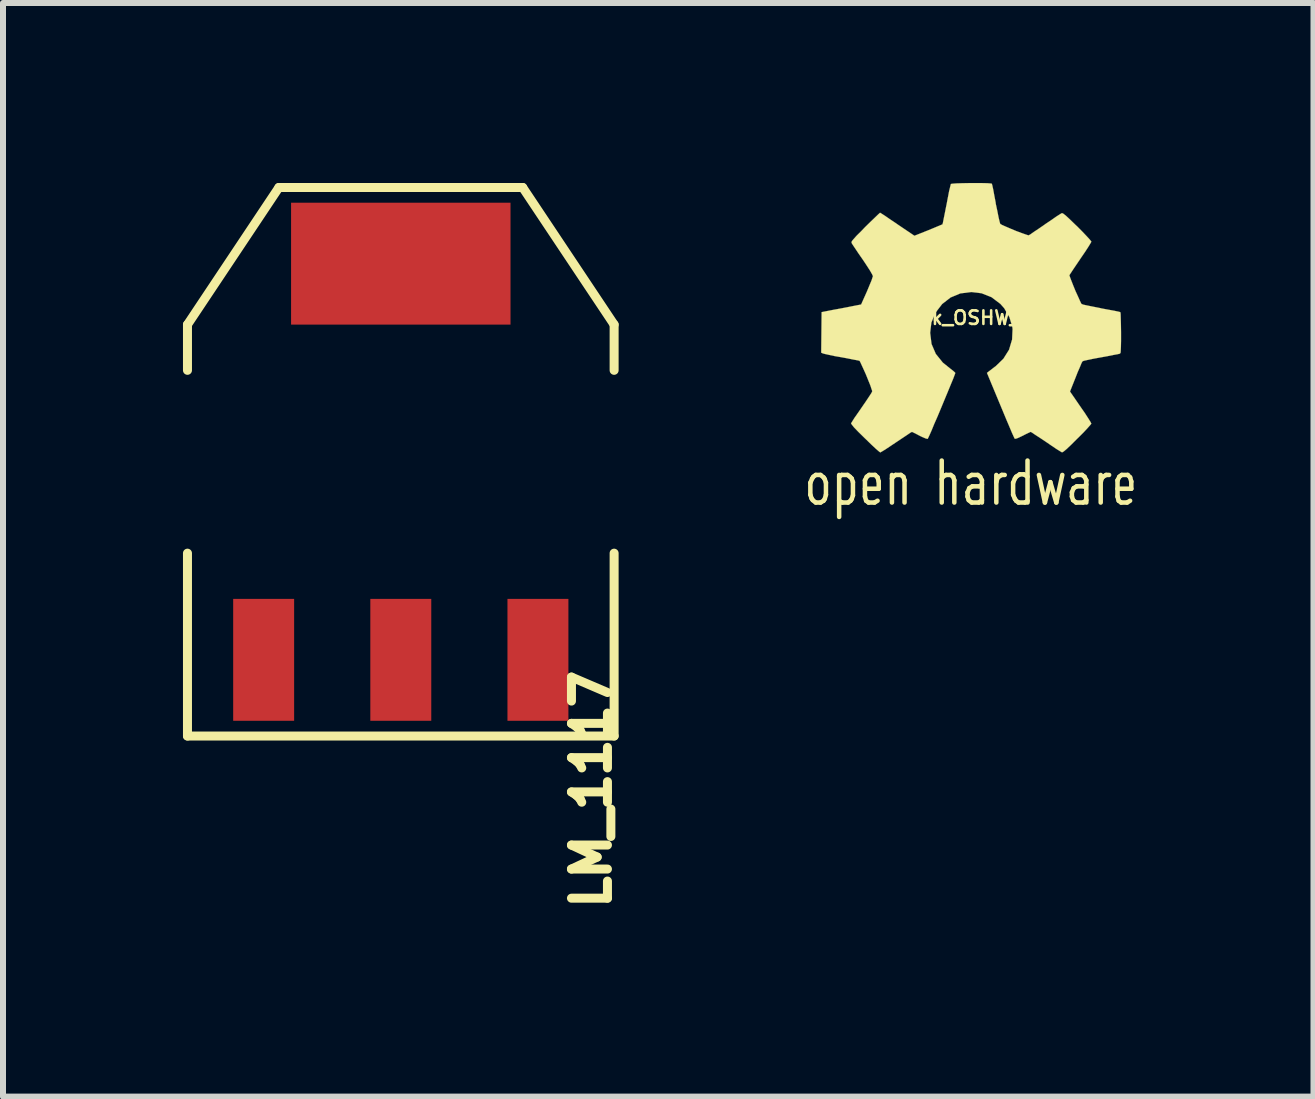
<source format=kicad_pcb>
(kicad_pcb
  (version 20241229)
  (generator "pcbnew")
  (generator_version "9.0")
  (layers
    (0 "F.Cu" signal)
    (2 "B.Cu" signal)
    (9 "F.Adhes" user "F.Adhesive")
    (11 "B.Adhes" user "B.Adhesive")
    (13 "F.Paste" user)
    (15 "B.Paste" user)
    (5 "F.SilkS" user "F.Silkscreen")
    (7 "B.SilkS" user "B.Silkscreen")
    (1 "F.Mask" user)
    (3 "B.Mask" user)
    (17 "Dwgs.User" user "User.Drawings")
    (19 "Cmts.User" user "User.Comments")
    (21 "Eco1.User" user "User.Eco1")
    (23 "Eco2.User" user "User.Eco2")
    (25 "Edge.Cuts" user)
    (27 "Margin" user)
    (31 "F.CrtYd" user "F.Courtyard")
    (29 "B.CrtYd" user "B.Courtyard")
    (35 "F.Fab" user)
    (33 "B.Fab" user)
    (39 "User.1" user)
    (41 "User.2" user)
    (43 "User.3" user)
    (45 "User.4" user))
  (footprint "LM_1117"
    (layer "F.Cu")
    (at 3.631 4.647)
    (property "Reference" "LM_1117" (at 3.175 5.461 90) (layer "F.SilkS") (effects (font (size 0.6 0.6) (thickness 0.15))))
    (attr smd)
    (fp_line (start -3.556 -2.286) (end -2.032 -4.572) (stroke (width 0.15) (type solid)) (layer "F.SilkS"))
    (fp_line (start -3.556 -1.524) (end -3.556 -2.286) (stroke (width 0.15) (type solid)) (layer "F.SilkS"))
    (fp_line (start -3.556 1.524) (end -3.556 4.572) (stroke (width 0.15) (type solid)) (layer "F.SilkS"))
    (fp_line (start -3.556 4.572) (end 3.556 4.572) (stroke (width 0.15) (type solid)) (layer "F.SilkS"))
    (fp_line (start -2.032 -4.572) (end 2.032 -4.572) (stroke (width 0.15) (type solid)) (layer "F.SilkS"))
    (fp_line (start 2.032 -4.572) (end 3.556 -2.286) (stroke (width 0.15) (type solid)) (layer "F.SilkS"))
    (fp_line (start 3.556 -2.286) (end 3.556 -1.524) (stroke (width 0.15) (type solid)) (layer "F.SilkS"))
    (fp_line (start 3.556 4.572) (end 3.556 1.524) (stroke (width 0.15) (type solid)) (layer "F.SilkS"))
    (pad "1" smd rect (at -2.286 3.302) (size 1.016 2.032) (layers "F.Cu" "F.Mask" "F.Paste"))
    (pad "2" smd rect (at 0 3.302) (size 1.016 2.032) (layers "F.Cu" "F.Mask" "F.Paste"))
    (pad "3" smd rect (at 2.286 3.302) (size 1.016 2.032) (layers "F.Cu" "F.Mask" "F.Paste"))
    (pad "4" smd rect (at 0 -3.302) (size 3.658 2.032) (layers "F.Cu" "F.Mask" "F.Paste")))
  (footprint "Logo_silk_OSHW_6x6mm"
    (layer "F.Cu")
    (at 13.138 2.247)
    (property "Reference" "Logo_silk_OSHW_6x6mm" (at 0 0 0) (layer "F.SilkS") (effects (font (size 0.226 0.226) (thickness 0.043))))
    (attr through_hole)
    (fp_line (start -2.68 2.75) (end -2.68 2.95) (stroke (width 0.075) (type solid)) (layer "F.SilkS"))
    (fp_line (start -2.68 2.95) (end -2.66 3.01) (stroke (width 0.075) (type solid)) (layer "F.SilkS"))
    (fp_line (start -2.66 3.01) (end -2.64 3.04) (stroke (width 0.075) (type solid)) (layer "F.SilkS"))
    (fp_line (start -2.65 2.68) (end -2.68 2.75) (stroke (width 0.075) (type solid)) (layer "F.SilkS"))
    (fp_line (start -2.64 3.04) (end -2.59 3.08) (stroke (width 0.075) (type solid)) (layer "F.SilkS"))
    (fp_line (start -2.63 2.65) (end -2.65 2.68) (stroke (width 0.075) (type solid)) (layer "F.SilkS"))
    (fp_line (start -2.59 2.62) (end -2.63 2.65) (stroke (width 0.075) (type solid)) (layer "F.SilkS"))
    (fp_line (start -2.59 3.08) (end -2.51 3.08) (stroke (width 0.075) (type solid)) (layer "F.SilkS"))
    (fp_line (start -2.51 2.62) (end -2.59 2.62) (stroke (width 0.075) (type solid)) (layer "F.SilkS"))
    (fp_line (start -2.51 3.08) (end -2.46 3.05) (stroke (width 0.075) (type solid)) (layer "F.SilkS"))
    (fp_line (start -2.46 2.66) (end -2.51 2.62) (stroke (width 0.075) (type solid)) (layer "F.SilkS"))
    (fp_line (start -2.46 3.05) (end -2.44 3.02) (stroke (width 0.075) (type solid)) (layer "F.SilkS"))
    (fp_line (start -2.44 2.69) (end -2.46 2.66) (stroke (width 0.075) (type solid)) (layer "F.SilkS"))
    (fp_line (start -2.44 3.02) (end -2.42 2.95) (stroke (width 0.075) (type solid)) (layer "F.SilkS"))
    (fp_line (start -2.42 2.75) (end -2.44 2.69) (stroke (width 0.075) (type solid)) (layer "F.SilkS"))
    (fp_line (start -2.42 2.95) (end -2.42 2.75) (stroke (width 0.075) (type solid)) (layer "F.SilkS"))
    (fp_line (start -2.2 2.65) (end -2.16 2.62) (stroke (width 0.075) (type solid)) (layer "F.SilkS"))
    (fp_line (start -2.2 3.32) (end -2.2 2.62) (stroke (width 0.075) (type solid)) (layer "F.SilkS"))
    (fp_line (start -2.16 2.62) (end -2.06 2.62) (stroke (width 0.075) (type solid)) (layer "F.SilkS"))
    (fp_line (start -2.15 3.08) (end -2.2 3.05) (stroke (width 0.075) (type solid)) (layer "F.SilkS"))
    (fp_line (start -2.06 2.62) (end -2.02 2.65) (stroke (width 0.075) (type solid)) (layer "F.SilkS"))
    (fp_line (start -2.05 3.08) (end -2.15 3.08) (stroke (width 0.075) (type solid)) (layer "F.SilkS"))
    (fp_line (start -2.02 2.65) (end -1.99 2.68) (stroke (width 0.075) (type solid)) (layer "F.SilkS"))
    (fp_line (start -2.01 3.05) (end -2.05 3.08) (stroke (width 0.075) (type solid)) (layer "F.SilkS"))
    (fp_line (start -1.99 2.68) (end -1.97 2.74) (stroke (width 0.075) (type solid)) (layer "F.SilkS"))
    (fp_line (start -1.99 3.02) (end -2.01 3.05) (stroke (width 0.075) (type solid)) (layer "F.SilkS"))
    (fp_line (start -1.97 2.74) (end -1.97 2.96) (stroke (width 0.075) (type solid)) (layer "F.SilkS"))
    (fp_line (start -1.97 2.96) (end -1.99 3.02) (stroke (width 0.075) (type solid)) (layer "F.SilkS"))
    (fp_line (start -1.77 2.71) (end -1.77 2.98) (stroke (width 0.075) (type solid)) (layer "F.SilkS"))
    (fp_line (start -1.77 2.98) (end -1.75 3.05) (stroke (width 0.075) (type solid)) (layer "F.SilkS"))
    (fp_line (start -1.75 3.05) (end -1.71 3.08) (stroke (width 0.075) (type solid)) (layer "F.SilkS"))
    (fp_line (start -1.74 2.65) (end -1.77 2.71) (stroke (width 0.075) (type solid)) (layer "F.SilkS"))
    (fp_line (start -1.71 3.08) (end -1.61 3.08) (stroke (width 0.075) (type solid)) (layer "F.SilkS"))
    (fp_line (start -1.7 2.62) (end -1.74 2.65) (stroke (width 0.075) (type solid)) (layer "F.SilkS"))
    (fp_line (start -1.61 3.08) (end -1.56 3.05) (stroke (width 0.075) (type solid)) (layer "F.SilkS"))
    (fp_line (start -1.6 2.62) (end -1.7 2.62) (stroke (width 0.075) (type solid)) (layer "F.SilkS"))
    (fp_line (start -1.56 2.66) (end -1.6 2.62) (stroke (width 0.075) (type solid)) (layer "F.SilkS"))
    (fp_line (start -1.54 2.73) (end -1.56 2.66) (stroke (width 0.075) (type solid)) (layer "F.SilkS"))
    (fp_line (start -1.54 2.85) (end -1.77 2.85) (stroke (width 0.075) (type solid)) (layer "F.SilkS"))
    (fp_line (start -1.54 2.85) (end -1.54 2.73) (stroke (width 0.075) (type solid)) (layer "F.SilkS"))
    (fp_line (start -1.32 2.62) (end -1.32 3.08) (stroke (width 0.075) (type solid)) (layer "F.SilkS"))
    (fp_line (start -1.32 2.68) (end -1.3 2.65) (stroke (width 0.075) (type solid)) (layer "F.SilkS"))
    (fp_line (start -1.3 2.65) (end -1.26 2.62) (stroke (width 0.075) (type solid)) (layer "F.SilkS"))
    (fp_line (start -1.26 2.62) (end -1.17 2.62) (stroke (width 0.075) (type solid)) (layer "F.SilkS"))
    (fp_line (start -1.17 2.62) (end -1.13 2.65) (stroke (width 0.075) (type solid)) (layer "F.SilkS"))
    (fp_line (start -1.13 2.65) (end -1.11 2.71) (stroke (width 0.075) (type solid)) (layer "F.SilkS"))
    (fp_line (start -1.11 2.71) (end -1.11 3.08) (stroke (width 0.075) (type solid)) (layer "F.SilkS"))
    (fp_line (start -0.49 2.38) (end -0.49 3.08) (stroke (width 0.075) (type solid)) (layer "F.SilkS"))
    (fp_line (start -0.49 2.69) (end -0.47 2.65) (stroke (width 0.075) (type solid)) (layer "F.SilkS"))
    (fp_line (start -0.47 2.65) (end -0.42 2.62) (stroke (width 0.075) (type solid)) (layer "F.SilkS"))
    (fp_line (start -0.42 2.62) (end -0.34 2.62) (stroke (width 0.075) (type solid)) (layer "F.SilkS"))
    (fp_line (start -0.34 2.62) (end -0.3 2.65) (stroke (width 0.075) (type solid)) (layer "F.SilkS"))
    (fp_line (start -0.3 2.65) (end -0.28 2.71) (stroke (width 0.075) (type solid)) (layer "F.SilkS"))
    (fp_line (start -0.28 2.71) (end -0.28 3.08) (stroke (width 0.075) (type solid)) (layer "F.SilkS"))
    (fp_line (start -0.06 2.91) (end -0.06 2.98) (stroke (width 0.075) (type solid)) (layer "F.SilkS"))
    (fp_line (start -0.06 2.98) (end -0.04 3.04) (stroke (width 0.075) (type solid)) (layer "F.SilkS"))
    (fp_line (start -0.04 2.65) (end 0.01 2.62) (stroke (width 0.075) (type solid)) (layer "F.SilkS"))
    (fp_line (start -0.04 3.04) (end 0.01 3.08) (stroke (width 0.075) (type solid)) (layer "F.SilkS"))
    (fp_line (start -0.03 2.84) (end -0.06 2.91) (stroke (width 0.075) (type solid)) (layer "F.SilkS"))
    (fp_line (start 0.01 2.62) (end 0.11 2.62) (stroke (width 0.075) (type solid)) (layer "F.SilkS"))
    (fp_line (start 0.01 3.08) (end 0.13 3.08) (stroke (width 0.075) (type solid)) (layer "F.SilkS"))
    (fp_line (start 0.02 2.81) (end -0.03 2.84) (stroke (width 0.075) (type solid)) (layer "F.SilkS"))
    (fp_line (start 0.11 2.62) (end 0.15 2.65) (stroke (width 0.075) (type solid)) (layer "F.SilkS"))
    (fp_line (start 0.13 3.08) (end 0.18 3.04) (stroke (width 0.075) (type solid)) (layer "F.SilkS"))
    (fp_line (start 0.14 2.81) (end 0.02 2.81) (stroke (width 0.075) (type solid)) (layer "F.SilkS"))
    (fp_line (start 0.15 2.65) (end 0.18 2.71) (stroke (width 0.075) (type solid)) (layer "F.SilkS"))
    (fp_line (start 0.18 2.71) (end 0.18 3.08) (stroke (width 0.075) (type solid)) (layer "F.SilkS"))
    (fp_line (start 0.18 2.78) (end 0.14 2.81) (stroke (width 0.075) (type solid)) (layer "F.SilkS"))
    (fp_line (start 0.42 2.62) (end 0.42 3.08) (stroke (width 0.075) (type solid)) (layer "F.SilkS"))
    (fp_line (start 0.42 2.74) (end 0.44 2.67) (stroke (width 0.075) (type solid)) (layer "F.SilkS"))
    (fp_line (start 0.44 2.67) (end 0.46 2.65) (stroke (width 0.075) (type solid)) (layer "F.SilkS"))
    (fp_line (start 0.46 2.65) (end 0.51 2.62) (stroke (width 0.075) (type solid)) (layer "F.SilkS"))
    (fp_line (start 0.51 2.62) (end 0.56 2.62) (stroke (width 0.075) (type solid)) (layer "F.SilkS"))
    (fp_line (start 0.7 2.75) (end 0.73 2.68) (stroke (width 0.075) (type solid)) (layer "F.SilkS"))
    (fp_line (start 0.7 2.95) (end 0.7 2.75) (stroke (width 0.075) (type solid)) (layer "F.SilkS"))
    (fp_line (start 0.73 2.68) (end 0.75 2.65) (stroke (width 0.075) (type solid)) (layer "F.SilkS"))
    (fp_line (start 0.73 3.02) (end 0.7 2.95) (stroke (width 0.075) (type solid)) (layer "F.SilkS"))
    (fp_line (start 0.75 2.65) (end 0.81 2.61) (stroke (width 0.075) (type solid)) (layer "F.SilkS"))
    (fp_line (start 0.75 3.05) (end 0.73 3.02) (stroke (width 0.075) (type solid)) (layer "F.SilkS"))
    (fp_line (start 0.79 3.08) (end 0.75 3.05) (stroke (width 0.075) (type solid)) (layer "F.SilkS"))
    (fp_line (start 0.81 2.61) (end 0.88 2.61) (stroke (width 0.075) (type solid)) (layer "F.SilkS"))
    (fp_line (start 0.88 2.61) (end 0.94 2.65) (stroke (width 0.075) (type solid)) (layer "F.SilkS"))
    (fp_line (start 0.9 3.08) (end 0.79 3.08) (stroke (width 0.075) (type solid)) (layer "F.SilkS"))
    (fp_line (start 0.94 2.38) (end 0.94 3.08) (stroke (width 0.075) (type solid)) (layer "F.SilkS"))
    (fp_line (start 0.94 3.05) (end 0.9 3.08) (stroke (width 0.075) (type solid)) (layer "F.SilkS"))
    (fp_line (start 1.13 2.62) (end 1.23 3.08) (stroke (width 0.075) (type solid)) (layer "F.SilkS"))
    (fp_line (start 1.23 3.08) (end 1.32 2.74) (stroke (width 0.075) (type solid)) (layer "F.SilkS"))
    (fp_line (start 1.32 2.74) (end 1.42 3.08) (stroke (width 0.075) (type solid)) (layer "F.SilkS"))
    (fp_line (start 1.42 3.08) (end 1.52 2.62) (stroke (width 0.075) (type solid)) (layer "F.SilkS"))
    (fp_line (start 1.68 2.91) (end 1.68 2.98) (stroke (width 0.075) (type solid)) (layer "F.SilkS"))
    (fp_line (start 1.68 2.98) (end 1.7 3.04) (stroke (width 0.075) (type solid)) (layer "F.SilkS"))
    (fp_line (start 1.7 2.65) (end 1.75 2.62) (stroke (width 0.075) (type solid)) (layer "F.SilkS"))
    (fp_line (start 1.7 3.04) (end 1.75 3.08) (stroke (width 0.075) (type solid)) (layer "F.SilkS"))
    (fp_line (start 1.71 2.84) (end 1.68 2.91) (stroke (width 0.075) (type solid)) (layer "F.SilkS"))
    (fp_line (start 1.75 2.62) (end 1.85 2.62) (stroke (width 0.075) (type solid)) (layer "F.SilkS"))
    (fp_line (start 1.75 3.08) (end 1.87 3.08) (stroke (width 0.075) (type solid)) (layer "F.SilkS"))
    (fp_line (start 1.76 2.81) (end 1.71 2.84) (stroke (width 0.075) (type solid)) (layer "F.SilkS"))
    (fp_line (start 1.85 2.62) (end 1.89 2.65) (stroke (width 0.075) (type solid)) (layer "F.SilkS"))
    (fp_line (start 1.87 3.08) (end 1.92 3.04) (stroke (width 0.075) (type solid)) (layer "F.SilkS"))
    (fp_line (start 1.88 2.81) (end 1.76 2.81) (stroke (width 0.075) (type solid)) (layer "F.SilkS"))
    (fp_line (start 1.89 2.65) (end 1.92 2.71) (stroke (width 0.075) (type solid)) (layer "F.SilkS"))
    (fp_line (start 1.92 2.71) (end 1.92 3.08) (stroke (width 0.075) (type solid)) (layer "F.SilkS"))
    (fp_line (start 1.92 2.78) (end 1.88 2.81) (stroke (width 0.075) (type solid)) (layer "F.SilkS"))
    (fp_line (start 2.16 2.62) (end 2.16 3.08) (stroke (width 0.075) (type solid)) (layer "F.SilkS"))
    (fp_line (start 2.16 2.74) (end 2.18 2.67) (stroke (width 0.075) (type solid)) (layer "F.SilkS"))
    (fp_line (start 2.18 2.67) (end 2.2 2.65) (stroke (width 0.075) (type solid)) (layer "F.SilkS"))
    (fp_line (start 2.2 2.65) (end 2.25 2.62) (stroke (width 0.075) (type solid)) (layer "F.SilkS"))
    (fp_line (start 2.25 2.62) (end 2.3 2.62) (stroke (width 0.075) (type solid)) (layer "F.SilkS"))
    (fp_line (start 2.44 2.71) (end 2.44 2.98) (stroke (width 0.075) (type solid)) (layer "F.SilkS"))
    (fp_line (start 2.44 2.98) (end 2.46 3.05) (stroke (width 0.075) (type solid)) (layer "F.SilkS"))
    (fp_line (start 2.46 3.05) (end 2.5 3.08) (stroke (width 0.075) (type solid)) (layer "F.SilkS"))
    (fp_line (start 2.47 2.65) (end 2.44 2.71) (stroke (width 0.075) (type solid)) (layer "F.SilkS"))
    (fp_line (start 2.5 3.08) (end 2.6 3.08) (stroke (width 0.075) (type solid)) (layer "F.SilkS"))
    (fp_line (start 2.51 2.62) (end 2.47 2.65) (stroke (width 0.075) (type solid)) (layer "F.SilkS"))
    (fp_line (start 2.6 3.08) (end 2.65 3.05) (stroke (width 0.075) (type solid)) (layer "F.SilkS"))
    (fp_line (start 2.61 2.62) (end 2.51 2.62) (stroke (width 0.075) (type solid)) (layer "F.SilkS"))
    (fp_line (start 2.65 2.66) (end 2.61 2.62) (stroke (width 0.075) (type solid)) (layer "F.SilkS"))
    (fp_line (start 2.67 2.73) (end 2.65 2.66) (stroke (width 0.075) (type solid)) (layer "F.SilkS"))
    (fp_line (start 2.67 2.85) (end 2.44 2.85) (stroke (width 0.075) (type solid)) (layer "F.SilkS"))
    (fp_line (start 2.67 2.85) (end 2.67 2.73) (stroke (width 0.075) (type solid)) (layer "F.SilkS"))
    (fp_poly (pts (xy -1.514 2.245) (xy -1.488 2.23) (xy -1.43 2.195) (xy -1.346 2.139) (xy -1.247 2.073) (xy -1.148 2.007) (xy -1.067 1.953) (xy -1.011 1.915) (xy -0.986 1.902) (xy -0.973 1.908) (xy -0.927 1.93) (xy -0.859 1.966) (xy -0.818 1.986) (xy -0.757 2.012) (xy -0.724 2.019) (xy -0.719 2.009) (xy -0.696 1.961) (xy -0.66 1.88) (xy -0.615 1.77) (xy -0.559 1.643) (xy -0.503 1.509) (xy -0.445 1.369) (xy -0.389 1.234) (xy -0.34 1.115) (xy -0.3 1.019) (xy -0.274 0.95) (xy -0.264 0.922) (xy -0.267 0.914) (xy -0.3 0.884) (xy -0.353 0.843) (xy -0.472 0.747) (xy -0.589 0.602) (xy -0.66 0.437) (xy -0.683 0.251) (xy -0.663 0.081) (xy -0.597 -0.081) (xy -0.483 -0.229) (xy -0.343 -0.338) (xy -0.18 -0.406) (xy 0 -0.429) (xy 0.173 -0.409) (xy 0.34 -0.343) (xy 0.488 -0.231) (xy 0.551 -0.16) (xy 0.638 -0.01) (xy 0.686 0.147) (xy 0.691 0.188) (xy 0.683 0.363) (xy 0.632 0.533) (xy 0.538 0.683) (xy 0.409 0.808) (xy 0.394 0.818) (xy 0.335 0.864) (xy 0.295 0.894) (xy 0.264 0.919) (xy 0.488 1.458) (xy 0.523 1.542) (xy 0.584 1.689) (xy 0.638 1.816) (xy 0.681 1.918) (xy 0.711 1.984) (xy 0.724 2.012) (xy 0.724 2.014) (xy 0.744 2.017) (xy 0.785 2.002) (xy 0.861 1.966) (xy 0.909 1.941) (xy 0.968 1.913) (xy 0.993 1.902) (xy 1.016 1.915) (xy 1.069 1.951) (xy 1.151 2.004) (xy 1.247 2.068) (xy 1.339 2.131) (xy 1.422 2.187) (xy 1.483 2.225) (xy 1.514 2.243) (xy 1.519 2.243) (xy 1.544 2.228) (xy 1.593 2.187) (xy 1.666 2.118) (xy 1.77 2.014) (xy 1.786 1.999) (xy 1.872 1.913) (xy 1.941 1.839) (xy 1.986 1.788) (xy 2.004 1.765) (xy 1.989 1.735) (xy 1.951 1.674) (xy 1.895 1.587) (xy 1.826 1.488) (xy 1.648 1.229) (xy 1.745 0.986) (xy 1.775 0.909) (xy 1.814 0.82) (xy 1.841 0.754) (xy 1.857 0.726) (xy 1.882 0.716) (xy 1.951 0.701) (xy 2.047 0.681) (xy 2.162 0.66) (xy 2.273 0.64) (xy 2.372 0.62) (xy 2.443 0.607) (xy 2.477 0.599) (xy 2.484 0.594) (xy 2.492 0.579) (xy 2.494 0.546) (xy 2.497 0.485) (xy 2.499 0.391) (xy 2.499 0.251) (xy 2.499 0.236) (xy 2.497 0.107) (xy 2.494 0) (xy 2.492 -0.066) (xy 2.487 -0.094) (xy 2.456 -0.102) (xy 2.385 -0.117) (xy 2.286 -0.135) (xy 2.167 -0.157) (xy 2.159 -0.16) (xy 2.042 -0.183) (xy 1.943 -0.203) (xy 1.872 -0.218) (xy 1.844 -0.229) (xy 1.836 -0.236) (xy 1.814 -0.282) (xy 1.781 -0.356) (xy 1.74 -0.445) (xy 1.702 -0.538) (xy 1.669 -0.622) (xy 1.646 -0.683) (xy 1.638 -0.711) (xy 1.641 -0.714) (xy 1.659 -0.742) (xy 1.699 -0.803) (xy 1.755 -0.886) (xy 1.824 -0.988) (xy 1.829 -0.996) (xy 1.897 -1.095) (xy 1.953 -1.181) (xy 1.989 -1.24) (xy 2.004 -1.267) (xy 2.004 -1.27) (xy 1.981 -1.3) (xy 1.93 -1.356) (xy 1.857 -1.433) (xy 1.77 -1.521) (xy 1.742 -1.547) (xy 1.643 -1.643) (xy 1.577 -1.704) (xy 1.534 -1.737) (xy 1.514 -1.745) (xy 1.483 -1.727) (xy 1.42 -1.687) (xy 1.336 -1.628) (xy 1.234 -1.56) (xy 1.227 -1.554) (xy 1.128 -1.486) (xy 1.044 -1.43) (xy 0.986 -1.389) (xy 0.958 -1.374) (xy 0.955 -1.374) (xy 0.914 -1.387) (xy 0.843 -1.412) (xy 0.754 -1.445) (xy 0.663 -1.483) (xy 0.579 -1.519) (xy 0.516 -1.547) (xy 0.485 -1.565) (xy 0.475 -1.6) (xy 0.457 -1.676) (xy 0.437 -1.778) (xy 0.411 -1.9) (xy 0.409 -1.92) (xy 0.386 -2.04) (xy 0.368 -2.139) (xy 0.353 -2.207) (xy 0.345 -2.235) (xy 0.33 -2.238) (xy 0.272 -2.243) (xy 0.183 -2.245) (xy 0.074 -2.245) (xy -0.038 -2.245) (xy -0.147 -2.243) (xy -0.241 -2.24) (xy -0.31 -2.235) (xy -0.338 -2.23) (xy -0.338 -2.228) (xy -0.348 -2.189) (xy -0.366 -2.116) (xy -0.386 -2.012) (xy -0.409 -1.89) (xy -0.414 -1.867) (xy -0.437 -1.75) (xy -0.457 -1.651) (xy -0.47 -1.585) (xy -0.478 -1.557) (xy -0.49 -1.552) (xy -0.538 -1.532) (xy -0.617 -1.499) (xy -0.716 -1.458) (xy -0.945 -1.367) (xy -1.227 -1.557) (xy -1.252 -1.575) (xy -1.354 -1.643) (xy -1.435 -1.699) (xy -1.494 -1.737) (xy -1.516 -1.75) (xy -1.519 -1.75) (xy -1.547 -1.725) (xy -1.603 -1.671) (xy -1.679 -1.598) (xy -1.768 -1.511) (xy -1.831 -1.445) (xy -1.91 -1.367) (xy -1.958 -1.313) (xy -1.986 -1.28) (xy -1.994 -1.26) (xy -1.991 -1.245) (xy -1.974 -1.217) (xy -1.933 -1.156) (xy -1.875 -1.069) (xy -1.806 -0.97) (xy -1.75 -0.886) (xy -1.689 -0.792) (xy -1.651 -0.726) (xy -1.636 -0.693) (xy -1.641 -0.681) (xy -1.659 -0.625) (xy -1.694 -0.541) (xy -1.735 -0.442) (xy -1.834 -0.221) (xy -1.979 -0.193) (xy -2.068 -0.175) (xy -2.189 -0.152) (xy -2.309 -0.13) (xy -2.492 -0.094) (xy -2.499 0.582) (xy -2.471 0.594) (xy -2.443 0.602) (xy -2.375 0.617) (xy -2.278 0.638) (xy -2.162 0.658) (xy -2.065 0.676) (xy -1.966 0.696) (xy -1.895 0.709) (xy -1.864 0.716) (xy -1.854 0.726) (xy -1.831 0.775) (xy -1.796 0.851) (xy -1.755 0.942) (xy -1.717 1.036) (xy -1.681 1.125) (xy -1.659 1.191) (xy -1.648 1.224) (xy -1.661 1.252) (xy -1.699 1.311) (xy -1.753 1.392) (xy -1.821 1.491) (xy -1.887 1.587) (xy -1.946 1.671) (xy -1.984 1.732) (xy -2.002 1.76) (xy -1.991 1.778) (xy -1.953 1.826) (xy -1.88 1.902) (xy -1.768 2.012) (xy -1.75 2.029) (xy -1.664 2.113) (xy -1.59 2.182) (xy -1.537 2.228) (xy -1.514 2.245)) (stroke (width 0.003) (type solid)) (fill yes) (layer "F.SilkS")))
  (gr_rect
    (start -3 -3)
    (end 18.845 15.23)
    (stroke (width 0.1) (type default))
    (fill no)
    (layer "Edge.Cuts")))
</source>
